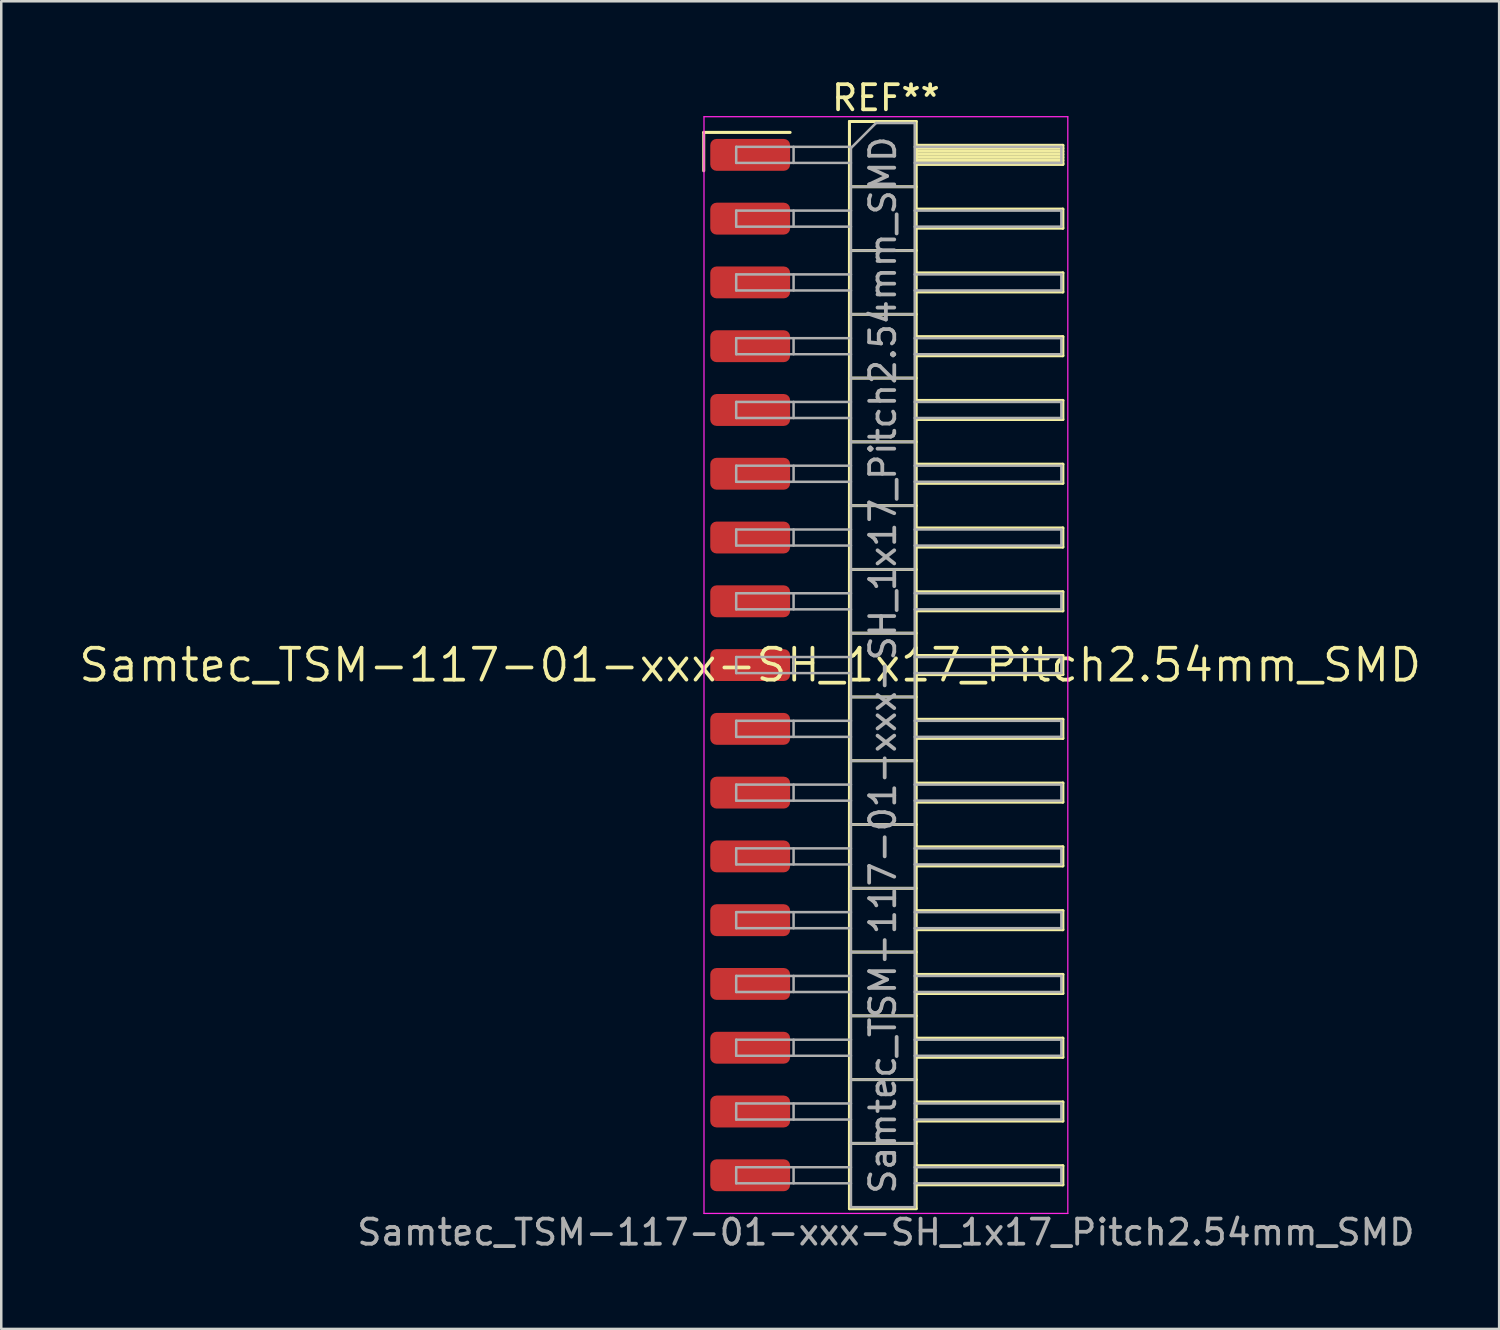
<source format=kicad_pcb>
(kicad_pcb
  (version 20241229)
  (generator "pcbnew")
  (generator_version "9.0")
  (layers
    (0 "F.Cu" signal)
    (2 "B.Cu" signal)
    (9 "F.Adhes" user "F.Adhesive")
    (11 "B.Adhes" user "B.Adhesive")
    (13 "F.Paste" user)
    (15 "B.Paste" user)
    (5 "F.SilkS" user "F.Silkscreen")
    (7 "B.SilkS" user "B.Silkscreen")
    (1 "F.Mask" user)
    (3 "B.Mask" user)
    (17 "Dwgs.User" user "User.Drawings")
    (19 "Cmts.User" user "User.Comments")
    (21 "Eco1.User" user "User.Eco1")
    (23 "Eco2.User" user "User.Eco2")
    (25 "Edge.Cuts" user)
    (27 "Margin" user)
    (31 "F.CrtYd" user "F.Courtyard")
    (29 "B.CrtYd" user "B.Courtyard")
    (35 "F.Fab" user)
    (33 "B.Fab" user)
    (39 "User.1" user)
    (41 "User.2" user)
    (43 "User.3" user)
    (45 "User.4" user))
  (footprint "Samtec_TSM-117-01-xxx-SH_1x17_Pitch2.54mm_SMD"
    (layer "F.Cu")
    (at 26.828 23.438)
    (property "Reference" "Samtec_TSM-117-01-xxx-SH_1x17_Pitch2.54mm_SMD" (at 0 0 0) (layer "F.SilkS") (effects (font (size 1.27 1.27) (thickness 0.15))))
    (attr smd)
    (fp_line (start -1.85 -21.215) (end 1.59 -21.215) (stroke (width 0.12) (type solid)) (layer "F.SilkS"))
    (fp_line (start -1.85 -19.685) (end -1.85 -21.215) (stroke (width 0.12) (type solid)) (layer "F.SilkS"))
    (fp_line (start 3.953 -21.65) (end 6.613 -21.65) (stroke (width 0.12) (type solid)) (layer "F.SilkS"))
    (fp_line (start 3.953 -19.05) (end 6.613 -19.05) (stroke (width 0.12) (type solid)) (layer "F.SilkS"))
    (fp_line (start 3.953 -16.51) (end 6.613 -16.51) (stroke (width 0.12) (type solid)) (layer "F.SilkS"))
    (fp_line (start 3.953 -13.97) (end 6.613 -13.97) (stroke (width 0.12) (type solid)) (layer "F.SilkS"))
    (fp_line (start 3.953 -11.43) (end 6.613 -11.43) (stroke (width 0.12) (type solid)) (layer "F.SilkS"))
    (fp_line (start 3.953 -8.89) (end 6.613 -8.89) (stroke (width 0.12) (type solid)) (layer "F.SilkS"))
    (fp_line (start 3.953 -6.35) (end 6.613 -6.35) (stroke (width 0.12) (type solid)) (layer "F.SilkS"))
    (fp_line (start 3.953 -3.81) (end 6.613 -3.81) (stroke (width 0.12) (type solid)) (layer "F.SilkS"))
    (fp_line (start 3.953 -1.27) (end 6.613 -1.27) (stroke (width 0.12) (type solid)) (layer "F.SilkS"))
    (fp_line (start 3.953 1.27) (end 6.613 1.27) (stroke (width 0.12) (type solid)) (layer "F.SilkS"))
    (fp_line (start 3.953 3.81) (end 6.613 3.81) (stroke (width 0.12) (type solid)) (layer "F.SilkS"))
    (fp_line (start 3.953 6.35) (end 6.613 6.35) (stroke (width 0.12) (type solid)) (layer "F.SilkS"))
    (fp_line (start 3.953 8.89) (end 6.613 8.89) (stroke (width 0.12) (type solid)) (layer "F.SilkS"))
    (fp_line (start 3.953 11.43) (end 6.613 11.43) (stroke (width 0.12) (type solid)) (layer "F.SilkS"))
    (fp_line (start 3.953 13.97) (end 6.613 13.97) (stroke (width 0.12) (type solid)) (layer "F.SilkS"))
    (fp_line (start 3.953 16.51) (end 6.613 16.51) (stroke (width 0.12) (type solid)) (layer "F.SilkS"))
    (fp_line (start 3.953 19.05) (end 6.613 19.05) (stroke (width 0.12) (type solid)) (layer "F.SilkS"))
    (fp_line (start 3.953 21.65) (end 3.953 -21.65) (stroke (width 0.12) (type solid)) (layer "F.SilkS"))
    (fp_line (start 6.613 -21.65) (end 6.613 21.65) (stroke (width 0.12) (type solid)) (layer "F.SilkS"))
    (fp_line (start 6.613 -20.7) (end 12.453 -20.7) (stroke (width 0.12) (type solid)) (layer "F.SilkS"))
    (fp_line (start 6.613 -20.58) (end 12.453 -20.58) (stroke (width 0.12) (type solid)) (layer "F.SilkS"))
    (fp_line (start 6.613 -20.46) (end 12.453 -20.46) (stroke (width 0.12) (type solid)) (layer "F.SilkS"))
    (fp_line (start 6.613 -20.34) (end 12.453 -20.34) (stroke (width 0.12) (type solid)) (layer "F.SilkS"))
    (fp_line (start 6.613 -20.22) (end 12.453 -20.22) (stroke (width 0.12) (type solid)) (layer "F.SilkS"))
    (fp_line (start 6.613 -20.1) (end 12.453 -20.1) (stroke (width 0.12) (type solid)) (layer "F.SilkS"))
    (fp_line (start 6.613 -19.98) (end 12.453 -19.98) (stroke (width 0.12) (type solid)) (layer "F.SilkS"))
    (fp_line (start 6.613 -19.94) (end 12.453 -19.94) (stroke (width 0.12) (type solid)) (layer "F.SilkS"))
    (fp_line (start 6.613 -18.16) (end 12.453 -18.16) (stroke (width 0.12) (type solid)) (layer "F.SilkS"))
    (fp_line (start 6.613 -17.4) (end 12.453 -17.4) (stroke (width 0.12) (type solid)) (layer "F.SilkS"))
    (fp_line (start 6.613 -15.62) (end 12.453 -15.62) (stroke (width 0.12) (type solid)) (layer "F.SilkS"))
    (fp_line (start 6.613 -14.86) (end 12.453 -14.86) (stroke (width 0.12) (type solid)) (layer "F.SilkS"))
    (fp_line (start 6.613 -13.08) (end 12.453 -13.08) (stroke (width 0.12) (type solid)) (layer "F.SilkS"))
    (fp_line (start 6.613 -12.32) (end 12.453 -12.32) (stroke (width 0.12) (type solid)) (layer "F.SilkS"))
    (fp_line (start 6.613 -10.54) (end 12.453 -10.54) (stroke (width 0.12) (type solid)) (layer "F.SilkS"))
    (fp_line (start 6.613 -9.78) (end 12.453 -9.78) (stroke (width 0.12) (type solid)) (layer "F.SilkS"))
    (fp_line (start 6.613 -8) (end 12.453 -8) (stroke (width 0.12) (type solid)) (layer "F.SilkS"))
    (fp_line (start 6.613 -7.24) (end 12.453 -7.24) (stroke (width 0.12) (type solid)) (layer "F.SilkS"))
    (fp_line (start 6.613 -5.46) (end 12.453 -5.46) (stroke (width 0.12) (type solid)) (layer "F.SilkS"))
    (fp_line (start 6.613 -4.7) (end 12.453 -4.7) (stroke (width 0.12) (type solid)) (layer "F.SilkS"))
    (fp_line (start 6.613 -2.92) (end 12.453 -2.92) (stroke (width 0.12) (type solid)) (layer "F.SilkS"))
    (fp_line (start 6.613 -2.16) (end 12.453 -2.16) (stroke (width 0.12) (type solid)) (layer "F.SilkS"))
    (fp_line (start 6.613 -0.38) (end 12.453 -0.38) (stroke (width 0.12) (type solid)) (layer "F.SilkS"))
    (fp_line (start 6.613 0.38) (end 12.453 0.38) (stroke (width 0.12) (type solid)) (layer "F.SilkS"))
    (fp_line (start 6.613 2.16) (end 12.453 2.16) (stroke (width 0.12) (type solid)) (layer "F.SilkS"))
    (fp_line (start 6.613 2.92) (end 12.453 2.92) (stroke (width 0.12) (type solid)) (layer "F.SilkS"))
    (fp_line (start 6.613 4.7) (end 12.453 4.7) (stroke (width 0.12) (type solid)) (layer "F.SilkS"))
    (fp_line (start 6.613 5.46) (end 12.453 5.46) (stroke (width 0.12) (type solid)) (layer "F.SilkS"))
    (fp_line (start 6.613 7.24) (end 12.453 7.24) (stroke (width 0.12) (type solid)) (layer "F.SilkS"))
    (fp_line (start 6.613 8) (end 12.453 8) (stroke (width 0.12) (type solid)) (layer "F.SilkS"))
    (fp_line (start 6.613 9.78) (end 12.453 9.78) (stroke (width 0.12) (type solid)) (layer "F.SilkS"))
    (fp_line (start 6.613 10.54) (end 12.453 10.54) (stroke (width 0.12) (type solid)) (layer "F.SilkS"))
    (fp_line (start 6.613 12.32) (end 12.453 12.32) (stroke (width 0.12) (type solid)) (layer "F.SilkS"))
    (fp_line (start 6.613 13.08) (end 12.453 13.08) (stroke (width 0.12) (type solid)) (layer "F.SilkS"))
    (fp_line (start 6.613 14.86) (end 12.453 14.86) (stroke (width 0.12) (type solid)) (layer "F.SilkS"))
    (fp_line (start 6.613 15.62) (end 12.453 15.62) (stroke (width 0.12) (type solid)) (layer "F.SilkS"))
    (fp_line (start 6.613 17.4) (end 12.453 17.4) (stroke (width 0.12) (type solid)) (layer "F.SilkS"))
    (fp_line (start 6.613 18.16) (end 12.453 18.16) (stroke (width 0.12) (type solid)) (layer "F.SilkS"))
    (fp_line (start 6.613 19.94) (end 12.453 19.94) (stroke (width 0.12) (type solid)) (layer "F.SilkS"))
    (fp_line (start 6.613 20.7) (end 12.453 20.7) (stroke (width 0.12) (type solid)) (layer "F.SilkS"))
    (fp_line (start 6.613 21.65) (end 3.953 21.65) (stroke (width 0.12) (type solid)) (layer "F.SilkS"))
    (fp_line (start 12.453 -20.7) (end 12.453 -19.94) (stroke (width 0.12) (type solid)) (layer "F.SilkS"))
    (fp_line (start 12.453 -18.16) (end 12.453 -17.4) (stroke (width 0.12) (type solid)) (layer "F.SilkS"))
    (fp_line (start 12.453 -15.62) (end 12.453 -14.86) (stroke (width 0.12) (type solid)) (layer "F.SilkS"))
    (fp_line (start 12.453 -13.08) (end 12.453 -12.32) (stroke (width 0.12) (type solid)) (layer "F.SilkS"))
    (fp_line (start 12.453 -10.54) (end 12.453 -9.78) (stroke (width 0.12) (type solid)) (layer "F.SilkS"))
    (fp_line (start 12.453 -8) (end 12.453 -7.24) (stroke (width 0.12) (type solid)) (layer "F.SilkS"))
    (fp_line (start 12.453 -5.46) (end 12.453 -4.7) (stroke (width 0.12) (type solid)) (layer "F.SilkS"))
    (fp_line (start 12.453 -2.92) (end 12.453 -2.16) (stroke (width 0.12) (type solid)) (layer "F.SilkS"))
    (fp_line (start 12.453 -0.38) (end 12.453 0.38) (stroke (width 0.12) (type solid)) (layer "F.SilkS"))
    (fp_line (start 12.453 2.16) (end 12.453 2.92) (stroke (width 0.12) (type solid)) (layer "F.SilkS"))
    (fp_line (start 12.453 4.7) (end 12.453 5.46) (stroke (width 0.12) (type solid)) (layer "F.SilkS"))
    (fp_line (start 12.453 7.24) (end 12.453 8) (stroke (width 0.12) (type solid)) (layer "F.SilkS"))
    (fp_line (start 12.453 9.78) (end 12.453 10.54) (stroke (width 0.12) (type solid)) (layer "F.SilkS"))
    (fp_line (start 12.453 12.32) (end 12.453 13.08) (stroke (width 0.12) (type solid)) (layer "F.SilkS"))
    (fp_line (start 12.453 14.86) (end 12.453 15.62) (stroke (width 0.12) (type solid)) (layer "F.SilkS"))
    (fp_line (start 12.453 17.4) (end 12.453 18.16) (stroke (width 0.12) (type solid)) (layer "F.SilkS"))
    (fp_line (start 12.453 19.94) (end 12.453 20.7) (stroke (width 0.12) (type solid)) (layer "F.SilkS"))
    (fp_line (start -1.84 -21.84) (end 12.65 -21.84) (stroke (width 0.05) (type solid)) (layer "F.CrtYd"))
    (fp_line (start -1.84 21.84) (end -1.84 -21.84) (stroke (width 0.05) (type solid)) (layer "F.CrtYd"))
    (fp_line (start 12.65 -21.84) (end 12.65 21.84) (stroke (width 0.05) (type solid)) (layer "F.CrtYd"))
    (fp_line (start 12.65 21.84) (end -1.84 21.84) (stroke (width 0.05) (type solid)) (layer "F.CrtYd"))
    (fp_line (start -0.557 -20.64) (end -0.557 -20) (stroke (width 0.1) (type solid)) (layer "F.Fab"))
    (fp_line (start -0.557 -20.64) (end 4.013 -20.64) (stroke (width 0.1) (type solid)) (layer "F.Fab"))
    (fp_line (start -0.557 -20) (end 4.013 -20) (stroke (width 0.1) (type solid)) (layer "F.Fab"))
    (fp_line (start -0.557 -18.1) (end -0.557 -17.46) (stroke (width 0.1) (type solid)) (layer "F.Fab"))
    (fp_line (start -0.557 -18.1) (end 4.013 -18.1) (stroke (width 0.1) (type solid)) (layer "F.Fab"))
    (fp_line (start -0.557 -17.46) (end 4.013 -17.46) (stroke (width 0.1) (type solid)) (layer "F.Fab"))
    (fp_line (start -0.557 -15.56) (end -0.557 -14.92) (stroke (width 0.1) (type solid)) (layer "F.Fab"))
    (fp_line (start -0.557 -15.56) (end 4.013 -15.56) (stroke (width 0.1) (type solid)) (layer "F.Fab"))
    (fp_line (start -0.557 -14.92) (end 4.013 -14.92) (stroke (width 0.1) (type solid)) (layer "F.Fab"))
    (fp_line (start -0.557 -13.02) (end -0.557 -12.38) (stroke (width 0.1) (type solid)) (layer "F.Fab"))
    (fp_line (start -0.557 -13.02) (end 4.013 -13.02) (stroke (width 0.1) (type solid)) (layer "F.Fab"))
    (fp_line (start -0.557 -12.38) (end 4.013 -12.38) (stroke (width 0.1) (type solid)) (layer "F.Fab"))
    (fp_line (start -0.557 -10.48) (end -0.557 -9.84) (stroke (width 0.1) (type solid)) (layer "F.Fab"))
    (fp_line (start -0.557 -10.48) (end 4.013 -10.48) (stroke (width 0.1) (type solid)) (layer "F.Fab"))
    (fp_line (start -0.557 -9.84) (end 4.013 -9.84) (stroke (width 0.1) (type solid)) (layer "F.Fab"))
    (fp_line (start -0.557 -7.94) (end -0.557 -7.3) (stroke (width 0.1) (type solid)) (layer "F.Fab"))
    (fp_line (start -0.557 -7.94) (end 4.013 -7.94) (stroke (width 0.1) (type solid)) (layer "F.Fab"))
    (fp_line (start -0.557 -7.3) (end 4.013 -7.3) (stroke (width 0.1) (type solid)) (layer "F.Fab"))
    (fp_line (start -0.557 -5.4) (end -0.557 -4.76) (stroke (width 0.1) (type solid)) (layer "F.Fab"))
    (fp_line (start -0.557 -5.4) (end 4.013 -5.4) (stroke (width 0.1) (type solid)) (layer "F.Fab"))
    (fp_line (start -0.557 -4.76) (end 4.013 -4.76) (stroke (width 0.1) (type solid)) (layer "F.Fab"))
    (fp_line (start -0.557 -2.86) (end -0.557 -2.22) (stroke (width 0.1) (type solid)) (layer "F.Fab"))
    (fp_line (start -0.557 -2.86) (end 4.013 -2.86) (stroke (width 0.1) (type solid)) (layer "F.Fab"))
    (fp_line (start -0.557 -2.22) (end 4.013 -2.22) (stroke (width 0.1) (type solid)) (layer "F.Fab"))
    (fp_line (start -0.557 -0.32) (end -0.557 0.32) (stroke (width 0.1) (type solid)) (layer "F.Fab"))
    (fp_line (start -0.557 -0.32) (end 4.013 -0.32) (stroke (width 0.1) (type solid)) (layer "F.Fab"))
    (fp_line (start -0.557 0.32) (end 4.013 0.32) (stroke (width 0.1) (type solid)) (layer "F.Fab"))
    (fp_line (start -0.557 2.22) (end -0.557 2.86) (stroke (width 0.1) (type solid)) (layer "F.Fab"))
    (fp_line (start -0.557 2.22) (end 4.013 2.22) (stroke (width 0.1) (type solid)) (layer "F.Fab"))
    (fp_line (start -0.557 2.86) (end 4.013 2.86) (stroke (width 0.1) (type solid)) (layer "F.Fab"))
    (fp_line (start -0.557 4.76) (end -0.557 5.4) (stroke (width 0.1) (type solid)) (layer "F.Fab"))
    (fp_line (start -0.557 4.76) (end 4.013 4.76) (stroke (width 0.1) (type solid)) (layer "F.Fab"))
    (fp_line (start -0.557 5.4) (end 4.013 5.4) (stroke (width 0.1) (type solid)) (layer "F.Fab"))
    (fp_line (start -0.557 7.3) (end -0.557 7.94) (stroke (width 0.1) (type solid)) (layer "F.Fab"))
    (fp_line (start -0.557 7.3) (end 4.013 7.3) (stroke (width 0.1) (type solid)) (layer "F.Fab"))
    (fp_line (start -0.557 7.94) (end 4.013 7.94) (stroke (width 0.1) (type solid)) (layer "F.Fab"))
    (fp_line (start -0.557 9.84) (end -0.557 10.48) (stroke (width 0.1) (type solid)) (layer "F.Fab"))
    (fp_line (start -0.557 9.84) (end 4.013 9.84) (stroke (width 0.1) (type solid)) (layer "F.Fab"))
    (fp_line (start -0.557 10.48) (end 4.013 10.48) (stroke (width 0.1) (type solid)) (layer "F.Fab"))
    (fp_line (start -0.557 12.38) (end -0.557 13.02) (stroke (width 0.1) (type solid)) (layer "F.Fab"))
    (fp_line (start -0.557 12.38) (end 4.013 12.38) (stroke (width 0.1) (type solid)) (layer "F.Fab"))
    (fp_line (start -0.557 13.02) (end 4.013 13.02) (stroke (width 0.1) (type solid)) (layer "F.Fab"))
    (fp_line (start -0.557 14.92) (end -0.557 15.56) (stroke (width 0.1) (type solid)) (layer "F.Fab"))
    (fp_line (start -0.557 14.92) (end 4.013 14.92) (stroke (width 0.1) (type solid)) (layer "F.Fab"))
    (fp_line (start -0.557 15.56) (end 4.013 15.56) (stroke (width 0.1) (type solid)) (layer "F.Fab"))
    (fp_line (start -0.557 17.46) (end -0.557 18.1) (stroke (width 0.1) (type solid)) (layer "F.Fab"))
    (fp_line (start -0.557 17.46) (end 4.013 17.46) (stroke (width 0.1) (type solid)) (layer "F.Fab"))
    (fp_line (start -0.557 18.1) (end 4.013 18.1) (stroke (width 0.1) (type solid)) (layer "F.Fab"))
    (fp_line (start -0.557 20) (end -0.557 20.64) (stroke (width 0.1) (type solid)) (layer "F.Fab"))
    (fp_line (start -0.557 20) (end 4.013 20) (stroke (width 0.1) (type solid)) (layer "F.Fab"))
    (fp_line (start -0.557 20.64) (end 4.013 20.64) (stroke (width 0.1) (type solid)) (layer "F.Fab"))
    (fp_line (start 1.728 -20.64) (end 1.728 -20) (stroke (width 0.1) (type solid)) (layer "F.Fab"))
    (fp_line (start 1.728 -18.1) (end 1.728 -17.46) (stroke (width 0.1) (type solid)) (layer "F.Fab"))
    (fp_line (start 1.728 -15.56) (end 1.728 -14.92) (stroke (width 0.1) (type solid)) (layer "F.Fab"))
    (fp_line (start 1.728 -13.02) (end 1.728 -12.38) (stroke (width 0.1) (type solid)) (layer "F.Fab"))
    (fp_line (start 1.728 -10.48) (end 1.728 -9.84) (stroke (width 0.1) (type solid)) (layer "F.Fab"))
    (fp_line (start 1.728 -7.94) (end 1.728 -7.3) (stroke (width 0.1) (type solid)) (layer "F.Fab"))
    (fp_line (start 1.728 -5.4) (end 1.728 -4.76) (stroke (width 0.1) (type solid)) (layer "F.Fab"))
    (fp_line (start 1.728 -2.86) (end 1.728 -2.22) (stroke (width 0.1) (type solid)) (layer "F.Fab"))
    (fp_line (start 1.728 -0.32) (end 1.728 0.32) (stroke (width 0.1) (type solid)) (layer "F.Fab"))
    (fp_line (start 1.728 2.22) (end 1.728 2.86) (stroke (width 0.1) (type solid)) (layer "F.Fab"))
    (fp_line (start 1.728 4.76) (end 1.728 5.4) (stroke (width 0.1) (type solid)) (layer "F.Fab"))
    (fp_line (start 1.728 7.3) (end 1.728 7.94) (stroke (width 0.1) (type solid)) (layer "F.Fab"))
    (fp_line (start 1.728 9.84) (end 1.728 10.48) (stroke (width 0.1) (type solid)) (layer "F.Fab"))
    (fp_line (start 1.728 12.38) (end 1.728 13.02) (stroke (width 0.1) (type solid)) (layer "F.Fab"))
    (fp_line (start 1.728 14.92) (end 1.728 15.56) (stroke (width 0.1) (type solid)) (layer "F.Fab"))
    (fp_line (start 1.728 17.46) (end 1.728 18.1) (stroke (width 0.1) (type solid)) (layer "F.Fab"))
    (fp_line (start 1.728 20) (end 1.728 20.64) (stroke (width 0.1) (type solid)) (layer "F.Fab"))
    (fp_line (start 4.013 -20.59) (end 5.013 -21.59) (stroke (width 0.1) (type solid)) (layer "F.Fab"))
    (fp_line (start 4.013 -19.05) (end 6.553 -19.05) (stroke (width 0.1) (type solid)) (layer "F.Fab"))
    (fp_line (start 4.013 -16.51) (end 6.553 -16.51) (stroke (width 0.1) (type solid)) (layer "F.Fab"))
    (fp_line (start 4.013 -13.97) (end 6.553 -13.97) (stroke (width 0.1) (type solid)) (layer "F.Fab"))
    (fp_line (start 4.013 -11.43) (end 6.553 -11.43) (stroke (width 0.1) (type solid)) (layer "F.Fab"))
    (fp_line (start 4.013 -8.89) (end 6.553 -8.89) (stroke (width 0.1) (type solid)) (layer "F.Fab"))
    (fp_line (start 4.013 -6.35) (end 6.553 -6.35) (stroke (width 0.1) (type solid)) (layer "F.Fab"))
    (fp_line (start 4.013 -3.81) (end 6.553 -3.81) (stroke (width 0.1) (type solid)) (layer "F.Fab"))
    (fp_line (start 4.013 -1.27) (end 6.553 -1.27) (stroke (width 0.1) (type solid)) (layer "F.Fab"))
    (fp_line (start 4.013 1.27) (end 6.553 1.27) (stroke (width 0.1) (type solid)) (layer "F.Fab"))
    (fp_line (start 4.013 3.81) (end 6.553 3.81) (stroke (width 0.1) (type solid)) (layer "F.Fab"))
    (fp_line (start 4.013 6.35) (end 6.553 6.35) (stroke (width 0.1) (type solid)) (layer "F.Fab"))
    (fp_line (start 4.013 8.89) (end 6.553 8.89) (stroke (width 0.1) (type solid)) (layer "F.Fab"))
    (fp_line (start 4.013 11.43) (end 6.553 11.43) (stroke (width 0.1) (type solid)) (layer "F.Fab"))
    (fp_line (start 4.013 13.97) (end 6.553 13.97) (stroke (width 0.1) (type solid)) (layer "F.Fab"))
    (fp_line (start 4.013 16.51) (end 6.553 16.51) (stroke (width 0.1) (type solid)) (layer "F.Fab"))
    (fp_line (start 4.013 19.05) (end 6.553 19.05) (stroke (width 0.1) (type solid)) (layer "F.Fab"))
    (fp_line (start 4.013 21.59) (end 4.013 -20.59) (stroke (width 0.1) (type solid)) (layer "F.Fab"))
    (fp_line (start 5.013 -21.59) (end 6.553 -21.59) (stroke (width 0.1) (type solid)) (layer "F.Fab"))
    (fp_line (start 6.553 -21.59) (end 6.553 21.59) (stroke (width 0.1) (type solid)) (layer "F.Fab"))
    (fp_line (start 6.553 -20.64) (end 12.393 -20.64) (stroke (width 0.1) (type solid)) (layer "F.Fab"))
    (fp_line (start 6.553 -20) (end 12.393 -20) (stroke (width 0.1) (type solid)) (layer "F.Fab"))
    (fp_line (start 6.553 -18.1) (end 12.393 -18.1) (stroke (width 0.1) (type solid)) (layer "F.Fab"))
    (fp_line (start 6.553 -17.46) (end 12.393 -17.46) (stroke (width 0.1) (type solid)) (layer "F.Fab"))
    (fp_line (start 6.553 -15.56) (end 12.393 -15.56) (stroke (width 0.1) (type solid)) (layer "F.Fab"))
    (fp_line (start 6.553 -14.92) (end 12.393 -14.92) (stroke (width 0.1) (type solid)) (layer "F.Fab"))
    (fp_line (start 6.553 -13.02) (end 12.393 -13.02) (stroke (width 0.1) (type solid)) (layer "F.Fab"))
    (fp_line (start 6.553 -12.38) (end 12.393 -12.38) (stroke (width 0.1) (type solid)) (layer "F.Fab"))
    (fp_line (start 6.553 -10.48) (end 12.393 -10.48) (stroke (width 0.1) (type solid)) (layer "F.Fab"))
    (fp_line (start 6.553 -9.84) (end 12.393 -9.84) (stroke (width 0.1) (type solid)) (layer "F.Fab"))
    (fp_line (start 6.553 -7.94) (end 12.393 -7.94) (stroke (width 0.1) (type solid)) (layer "F.Fab"))
    (fp_line (start 6.553 -7.3) (end 12.393 -7.3) (stroke (width 0.1) (type solid)) (layer "F.Fab"))
    (fp_line (start 6.553 -5.4) (end 12.393 -5.4) (stroke (width 0.1) (type solid)) (layer "F.Fab"))
    (fp_line (start 6.553 -4.76) (end 12.393 -4.76) (stroke (width 0.1) (type solid)) (layer "F.Fab"))
    (fp_line (start 6.553 -2.86) (end 12.393 -2.86) (stroke (width 0.1) (type solid)) (layer "F.Fab"))
    (fp_line (start 6.553 -2.22) (end 12.393 -2.22) (stroke (width 0.1) (type solid)) (layer "F.Fab"))
    (fp_line (start 6.553 -0.32) (end 12.393 -0.32) (stroke (width 0.1) (type solid)) (layer "F.Fab"))
    (fp_line (start 6.553 0.32) (end 12.393 0.32) (stroke (width 0.1) (type solid)) (layer "F.Fab"))
    (fp_line (start 6.553 2.22) (end 12.393 2.22) (stroke (width 0.1) (type solid)) (layer "F.Fab"))
    (fp_line (start 6.553 2.86) (end 12.393 2.86) (stroke (width 0.1) (type solid)) (layer "F.Fab"))
    (fp_line (start 6.553 4.76) (end 12.393 4.76) (stroke (width 0.1) (type solid)) (layer "F.Fab"))
    (fp_line (start 6.553 5.4) (end 12.393 5.4) (stroke (width 0.1) (type solid)) (layer "F.Fab"))
    (fp_line (start 6.553 7.3) (end 12.393 7.3) (stroke (width 0.1) (type solid)) (layer "F.Fab"))
    (fp_line (start 6.553 7.94) (end 12.393 7.94) (stroke (width 0.1) (type solid)) (layer "F.Fab"))
    (fp_line (start 6.553 9.84) (end 12.393 9.84) (stroke (width 0.1) (type solid)) (layer "F.Fab"))
    (fp_line (start 6.553 10.48) (end 12.393 10.48) (stroke (width 0.1) (type solid)) (layer "F.Fab"))
    (fp_line (start 6.553 12.38) (end 12.393 12.38) (stroke (width 0.1) (type solid)) (layer "F.Fab"))
    (fp_line (start 6.553 13.02) (end 12.393 13.02) (stroke (width 0.1) (type solid)) (layer "F.Fab"))
    (fp_line (start 6.553 14.92) (end 12.393 14.92) (stroke (width 0.1) (type solid)) (layer "F.Fab"))
    (fp_line (start 6.553 15.56) (end 12.393 15.56) (stroke (width 0.1) (type solid)) (layer "F.Fab"))
    (fp_line (start 6.553 17.46) (end 12.393 17.46) (stroke (width 0.1) (type solid)) (layer "F.Fab"))
    (fp_line (start 6.553 18.1) (end 12.393 18.1) (stroke (width 0.1) (type solid)) (layer "F.Fab"))
    (fp_line (start 6.553 20) (end 12.393 20) (stroke (width 0.1) (type solid)) (layer "F.Fab"))
    (fp_line (start 6.553 20.64) (end 12.393 20.64) (stroke (width 0.1) (type solid)) (layer "F.Fab"))
    (fp_line (start 6.553 21.59) (end 4.013 21.59) (stroke (width 0.1) (type solid)) (layer "F.Fab"))
    (fp_line (start 12.393 -20.64) (end 12.393 -20) (stroke (width 0.1) (type solid)) (layer "F.Fab"))
    (fp_line (start 12.393 -18.1) (end 12.393 -17.46) (stroke (width 0.1) (type solid)) (layer "F.Fab"))
    (fp_line (start 12.393 -15.56) (end 12.393 -14.92) (stroke (width 0.1) (type solid)) (layer "F.Fab"))
    (fp_line (start 12.393 -13.02) (end 12.393 -12.38) (stroke (width 0.1) (type solid)) (layer "F.Fab"))
    (fp_line (start 12.393 -10.48) (end 12.393 -9.84) (stroke (width 0.1) (type solid)) (layer "F.Fab"))
    (fp_line (start 12.393 -7.94) (end 12.393 -7.3) (stroke (width 0.1) (type solid)) (layer "F.Fab"))
    (fp_line (start 12.393 -5.4) (end 12.393 -4.76) (stroke (width 0.1) (type solid)) (layer "F.Fab"))
    (fp_line (start 12.393 -2.86) (end 12.393 -2.22) (stroke (width 0.1) (type solid)) (layer "F.Fab"))
    (fp_line (start 12.393 -0.32) (end 12.393 0.32) (stroke (width 0.1) (type solid)) (layer "F.Fab"))
    (fp_line (start 12.393 2.22) (end 12.393 2.86) (stroke (width 0.1) (type solid)) (layer "F.Fab"))
    (fp_line (start 12.393 4.76) (end 12.393 5.4) (stroke (width 0.1) (type solid)) (layer "F.Fab"))
    (fp_line (start 12.393 7.3) (end 12.393 7.94) (stroke (width 0.1) (type solid)) (layer "F.Fab"))
    (fp_line (start 12.393 9.84) (end 12.393 10.48) (stroke (width 0.1) (type solid)) (layer "F.Fab"))
    (fp_line (start 12.393 12.38) (end 12.393 13.02) (stroke (width 0.1) (type solid)) (layer "F.Fab"))
    (fp_line (start 12.393 14.92) (end 12.393 15.56) (stroke (width 0.1) (type solid)) (layer "F.Fab"))
    (fp_line (start 12.393 17.46) (end 12.393 18.1) (stroke (width 0.1) (type solid)) (layer "F.Fab"))
    (fp_line (start 12.393 20) (end 12.393 20.64) (stroke (width 0.1) (type solid)) (layer "F.Fab"))
    (fp_text user "REF**" (at 5.405 -22.59 0) (layer "F.SilkS") (effects (font (size 1 1) (thickness 0.15))))
    (fp_text user "${REFERENCE}" (at 5.283 0 90) (layer "F.Fab") (effects (font (size 1 1) (thickness 0.15))))
    (fp_text user "Samtec_TSM-117-01-xxx-SH_1x17_Pitch2.54mm_SMD" (at 5.405 22.59 0) (layer "F.Fab") (effects (font (size 1 1) (thickness 0.15))))
    (pad "1" smd roundrect (at 0 -20.32) (size 3.18 1.27) (layers "F.Cu" "F.Mask" "F.Paste") (roundrect_rratio 0.197))
    (pad "2" smd roundrect (at 0 -17.78) (size 3.18 1.27) (layers "F.Cu" "F.Mask" "F.Paste") (roundrect_rratio 0.197))
    (pad "3" smd roundrect (at 0 -15.24) (size 3.18 1.27) (layers "F.Cu" "F.Mask" "F.Paste") (roundrect_rratio 0.197))
    (pad "4" smd roundrect (at 0 -12.7) (size 3.18 1.27) (layers "F.Cu" "F.Mask" "F.Paste") (roundrect_rratio 0.197))
    (pad "5" smd roundrect (at 0 -10.16) (size 3.18 1.27) (layers "F.Cu" "F.Mask" "F.Paste") (roundrect_rratio 0.197))
    (pad "6" smd roundrect (at 0 -7.62) (size 3.18 1.27) (layers "F.Cu" "F.Mask" "F.Paste") (roundrect_rratio 0.197))
    (pad "7" smd roundrect (at 0 -5.08) (size 3.18 1.27) (layers "F.Cu" "F.Mask" "F.Paste") (roundrect_rratio 0.197))
    (pad "8" smd roundrect (at 0 -2.54) (size 3.18 1.27) (layers "F.Cu" "F.Mask" "F.Paste") (roundrect_rratio 0.197))
    (pad "9" smd roundrect (at 0 0) (size 3.18 1.27) (layers "F.Cu" "F.Mask" "F.Paste") (roundrect_rratio 0.197))
    (pad "10" smd roundrect (at 0 2.54) (size 3.18 1.27) (layers "F.Cu" "F.Mask" "F.Paste") (roundrect_rratio 0.197))
    (pad "11" smd roundrect (at 0 5.08) (size 3.18 1.27) (layers "F.Cu" "F.Mask" "F.Paste") (roundrect_rratio 0.197))
    (pad "12" smd roundrect (at 0 7.62) (size 3.18 1.27) (layers "F.Cu" "F.Mask" "F.Paste") (roundrect_rratio 0.197))
    (pad "13" smd roundrect (at 0 10.16) (size 3.18 1.27) (layers "F.Cu" "F.Mask" "F.Paste") (roundrect_rratio 0.197))
    (pad "14" smd roundrect (at 0 12.7) (size 3.18 1.27) (layers "F.Cu" "F.Mask" "F.Paste") (roundrect_rratio 0.197))
    (pad "15" smd roundrect (at 0 15.24) (size 3.18 1.27) (layers "F.Cu" "F.Mask" "F.Paste") (roundrect_rratio 0.197))
    (pad "16" smd roundrect (at 0 17.78) (size 3.18 1.27) (layers "F.Cu" "F.Mask" "F.Paste") (roundrect_rratio 0.197))
    (pad "17" smd roundrect (at 0 20.32) (size 3.18 1.27) (layers "F.Cu" "F.Mask" "F.Paste") (roundrect_rratio 0.197)))
  (gr_rect
    (start -3 -3)
    (end 56.657 49.877)
    (stroke (width 0.1) (type default))
    (fill no)
    (layer "Edge.Cuts")))
</source>
